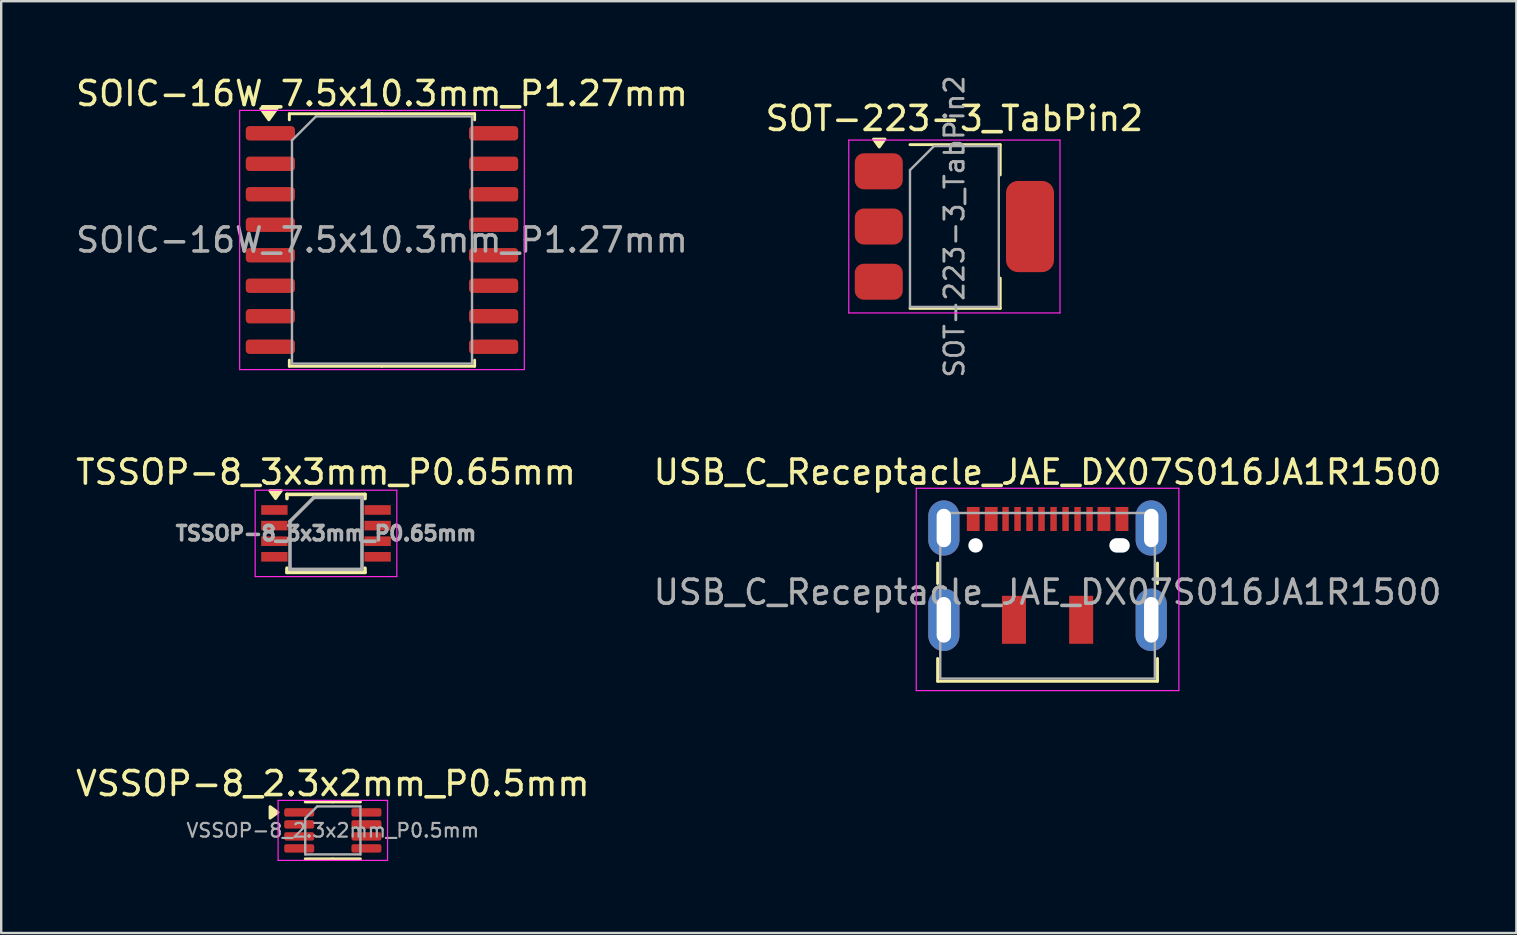
<source format=kicad_pcb>
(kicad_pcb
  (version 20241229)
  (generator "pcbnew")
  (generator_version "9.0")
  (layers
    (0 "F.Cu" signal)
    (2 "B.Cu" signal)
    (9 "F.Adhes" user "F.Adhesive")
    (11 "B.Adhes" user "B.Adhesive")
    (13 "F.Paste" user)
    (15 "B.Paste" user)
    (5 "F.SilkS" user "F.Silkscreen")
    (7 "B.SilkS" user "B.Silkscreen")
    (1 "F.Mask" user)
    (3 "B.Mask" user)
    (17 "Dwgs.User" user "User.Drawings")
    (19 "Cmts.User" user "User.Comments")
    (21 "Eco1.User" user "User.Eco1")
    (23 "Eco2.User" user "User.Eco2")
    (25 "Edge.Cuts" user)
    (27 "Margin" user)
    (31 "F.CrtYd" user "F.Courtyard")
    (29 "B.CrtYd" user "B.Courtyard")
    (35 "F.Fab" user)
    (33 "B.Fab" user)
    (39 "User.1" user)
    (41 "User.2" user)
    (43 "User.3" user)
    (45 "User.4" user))
  (footprint "VSSOP-8_2.3x2mm_P0.5mm"
    (layer "F.Cu")
    (at 10.815 31.543)
    (property "Reference" "VSSOP-8_2.3x2mm_P0.5mm" (at 0 -1.95 0) (layer "F.SilkS") (effects (font (size 1 1) (thickness 0.15))))
    (attr smd)
    (fp_line (start 0 -1.185) (end -1.15 -1.185) (stroke (width 0.12) (type solid)) (layer "F.SilkS"))
    (fp_line (start 0 -1.185) (end 1.15 -1.185) (stroke (width 0.12) (type solid)) (layer "F.SilkS"))
    (fp_line (start 0 1.185) (end -1.15 1.185) (stroke (width 0.12) (type solid)) (layer "F.SilkS"))
    (fp_line (start 0 1.185) (end 1.15 1.185) (stroke (width 0.12) (type solid)) (layer "F.SilkS"))
    (fp_poly (pts (xy -2.285 -0.75) (xy -2.615 -0.99) (xy -2.615 -0.51) (xy -2.285 -0.75)) (stroke (width 0.12) (type solid)) (fill yes) (layer "F.SilkS"))
    (fp_line (start -2.28 -1.25) (end -2.28 1.25) (stroke (width 0.05) (type solid)) (layer "F.CrtYd"))
    (fp_line (start -2.28 1.25) (end 2.28 1.25) (stroke (width 0.05) (type solid)) (layer "F.CrtYd"))
    (fp_line (start 2.28 -1.25) (end -2.28 -1.25) (stroke (width 0.05) (type solid)) (layer "F.CrtYd"))
    (fp_line (start 2.28 1.25) (end 2.28 -1.25) (stroke (width 0.05) (type solid)) (layer "F.CrtYd"))
    (fp_line (start -1.15 -0.5) (end -0.65 -1) (stroke (width 0.1) (type solid)) (layer "F.Fab"))
    (fp_line (start -1.15 1) (end -1.15 -0.5) (stroke (width 0.1) (type solid)) (layer "F.Fab"))
    (fp_line (start -0.65 -1) (end 1.15 -1) (stroke (width 0.1) (type solid)) (layer "F.Fab"))
    (fp_line (start 1.15 -1) (end 1.15 1) (stroke (width 0.1) (type solid)) (layer "F.Fab"))
    (fp_line (start 1.15 1) (end -1.15 1) (stroke (width 0.1) (type solid)) (layer "F.Fab"))
    (fp_text user "${REFERENCE}" (at 0 0 0) (layer "F.Fab") (effects (font (size 0.57 0.57) (thickness 0.09))))
    (pad "1" smd roundrect (at -1.4 -0.75) (size 1.25 0.35) (layers "F.Cu" "F.Mask" "F.Paste") (roundrect_rratio 0.25))
    (pad "2" smd roundrect (at -1.4 -0.25) (size 1.25 0.35) (layers "F.Cu" "F.Mask" "F.Paste") (roundrect_rratio 0.25))
    (pad "3" smd roundrect (at -1.4 0.25) (size 1.25 0.35) (layers "F.Cu" "F.Mask" "F.Paste") (roundrect_rratio 0.25))
    (pad "4" smd roundrect (at -1.4 0.75) (size 1.25 0.35) (layers "F.Cu" "F.Mask" "F.Paste") (roundrect_rratio 0.25))
    (pad "5" smd roundrect (at 1.4 0.75) (size 1.25 0.35) (layers "F.Cu" "F.Mask" "F.Paste") (roundrect_rratio 0.25))
    (pad "6" smd roundrect (at 1.4 0.25) (size 1.25 0.35) (layers "F.Cu" "F.Mask" "F.Paste") (roundrect_rratio 0.25))
    (pad "7" smd roundrect (at 1.4 -0.25) (size 1.25 0.35) (layers "F.Cu" "F.Mask" "F.Paste") (roundrect_rratio 0.25))
    (pad "8" smd roundrect (at 1.4 -0.75) (size 1.25 0.35) (layers "F.Cu" "F.Mask" "F.Paste") (roundrect_rratio 0.25)))
  (footprint "TSSOP-8_3x3mm_P0.65mm"
    (layer "F.Cu")
    (at 10.53 19.17)
    (property "Reference" "TSSOP-8_3x3mm_P0.65mm" (at 0 -2.55 0) (layer "F.SilkS") (effects (font (size 1 1) (thickness 0.15))))
    (attr smd)
    (fp_line (start -1.625 -1.625) (end -1.625 -1.45) (stroke (width 0.15) (type solid)) (layer "F.SilkS"))
    (fp_line (start -1.625 -1.625) (end 1.625 -1.625) (stroke (width 0.15) (type solid)) (layer "F.SilkS"))
    (fp_line (start -1.625 1.45) (end -1.625 1.625) (stroke (width 0.15) (type solid)) (layer "F.SilkS"))
    (fp_line (start -1.625 1.625) (end 1.625 1.625) (stroke (width 0.15) (type solid)) (layer "F.SilkS"))
    (fp_line (start 1.625 -1.625) (end 1.625 -1.45) (stroke (width 0.15) (type solid)) (layer "F.SilkS"))
    (fp_line (start 1.625 1.45) (end 1.625 1.625) (stroke (width 0.15) (type solid)) (layer "F.SilkS"))
    (fp_poly (pts (xy -2.1 -1.45) (xy -2.34 -1.78) (xy -1.86 -1.78) (xy -2.1 -1.45)) (stroke (width 0.12) (type solid)) (fill yes) (layer "F.SilkS"))
    (fp_line (start -2.95 -1.8) (end -2.95 1.8) (stroke (width 0.05) (type solid)) (layer "F.CrtYd"))
    (fp_line (start -2.95 -1.8) (end 2.95 -1.8) (stroke (width 0.05) (type solid)) (layer "F.CrtYd"))
    (fp_line (start -2.95 1.8) (end 2.95 1.8) (stroke (width 0.05) (type solid)) (layer "F.CrtYd"))
    (fp_line (start 2.95 -1.8) (end 2.95 1.8) (stroke (width 0.05) (type solid)) (layer "F.CrtYd"))
    (fp_line (start -1.5 -0.5) (end -0.5 -1.5) (stroke (width 0.15) (type solid)) (layer "F.Fab"))
    (fp_line (start -1.5 1.5) (end -1.5 -0.5) (stroke (width 0.15) (type solid)) (layer "F.Fab"))
    (fp_line (start -0.5 -1.5) (end 1.5 -1.5) (stroke (width 0.15) (type solid)) (layer "F.Fab"))
    (fp_line (start 1.5 -1.5) (end 1.5 1.5) (stroke (width 0.15) (type solid)) (layer "F.Fab"))
    (fp_line (start 1.5 1.5) (end -1.5 1.5) (stroke (width 0.15) (type solid)) (layer "F.Fab"))
    (fp_text user "${REFERENCE}" (at 0 0 0) (layer "F.Fab") (effects (font (size 0.6 0.6) (thickness 0.15))))
    (pad "1" smd rect (at -2.15 -0.975) (size 1.1 0.4) (layers "F.Cu" "F.Mask" "F.Paste"))
    (pad "2" smd rect (at -2.15 -0.325) (size 1.1 0.4) (layers "F.Cu" "F.Mask" "F.Paste"))
    (pad "3" smd rect (at -2.15 0.325) (size 1.1 0.4) (layers "F.Cu" "F.Mask" "F.Paste"))
    (pad "4" smd rect (at -2.15 0.975) (size 1.1 0.4) (layers "F.Cu" "F.Mask" "F.Paste"))
    (pad "5" smd rect (at 2.15 0.975) (size 1.1 0.4) (layers "F.Cu" "F.Mask" "F.Paste"))
    (pad "6" smd rect (at 2.15 0.325) (size 1.1 0.4) (layers "F.Cu" "F.Mask" "F.Paste"))
    (pad "7" smd rect (at 2.15 -0.325) (size 1.1 0.4) (layers "F.Cu" "F.Mask" "F.Paste"))
    (pad "8" smd rect (at 2.15 -0.975) (size 1.1 0.4) (layers "F.Cu" "F.Mask" "F.Paste")))
  (footprint "SOIC-16W_7.5x10.3mm_P1.27mm"
    (layer "F.Cu")
    (at 12.863 6.948)
    (property "Reference" "SOIC-16W_7.5x10.3mm_P1.27mm" (at 0 -6.1 0) (layer "F.SilkS") (effects (font (size 1 1) (thickness 0.15))))
    (attr smd)
    (fp_line (start -3.86 -5.26) (end -3.86 -5.005) (stroke (width 0.12) (type solid)) (layer "F.SilkS"))
    (fp_line (start -3.86 5.26) (end -3.86 5.005) (stroke (width 0.12) (type solid)) (layer "F.SilkS"))
    (fp_line (start 0 -5.26) (end -3.86 -5.26) (stroke (width 0.12) (type solid)) (layer "F.SilkS"))
    (fp_line (start 0 -5.26) (end 3.86 -5.26) (stroke (width 0.12) (type solid)) (layer "F.SilkS"))
    (fp_line (start 0 5.26) (end -3.86 5.26) (stroke (width 0.12) (type solid)) (layer "F.SilkS"))
    (fp_line (start 0 5.26) (end 3.86 5.26) (stroke (width 0.12) (type solid)) (layer "F.SilkS"))
    (fp_line (start 3.86 -5.26) (end 3.86 -5.005) (stroke (width 0.12) (type solid)) (layer "F.SilkS"))
    (fp_line (start 3.86 5.26) (end 3.86 5.005) (stroke (width 0.12) (type solid)) (layer "F.SilkS"))
    (fp_poly (pts (xy -4.713 -5.005) (xy -5.053 -5.475) (xy -4.372 -5.475) (xy -4.713 -5.005)) (stroke (width 0.12) (type solid)) (fill yes) (layer "F.SilkS"))
    (fp_line (start -5.93 -5.4) (end -5.93 5.4) (stroke (width 0.05) (type solid)) (layer "F.CrtYd"))
    (fp_line (start -5.93 5.4) (end 5.93 5.4) (stroke (width 0.05) (type solid)) (layer "F.CrtYd"))
    (fp_line (start 5.93 -5.4) (end -5.93 -5.4) (stroke (width 0.05) (type solid)) (layer "F.CrtYd"))
    (fp_line (start 5.93 5.4) (end 5.93 -5.4) (stroke (width 0.05) (type solid)) (layer "F.CrtYd"))
    (fp_line (start -3.75 -4.15) (end -2.75 -5.15) (stroke (width 0.1) (type solid)) (layer "F.Fab"))
    (fp_line (start -3.75 5.15) (end -3.75 -4.15) (stroke (width 0.1) (type solid)) (layer "F.Fab"))
    (fp_line (start -2.75 -5.15) (end 3.75 -5.15) (stroke (width 0.1) (type solid)) (layer "F.Fab"))
    (fp_line (start 3.75 -5.15) (end 3.75 5.15) (stroke (width 0.1) (type solid)) (layer "F.Fab"))
    (fp_line (start 3.75 5.15) (end -3.75 5.15) (stroke (width 0.1) (type solid)) (layer "F.Fab"))
    (fp_text user "${REFERENCE}" (at 0 0 0) (layer "F.Fab") (effects (font (size 1 1) (thickness 0.15))))
    (pad "1" smd roundrect (at -4.65 -4.445) (size 2.05 0.6) (layers "F.Cu" "F.Mask" "F.Paste") (roundrect_rratio 0.25))
    (pad "2" smd roundrect (at -4.65 -3.175) (size 2.05 0.6) (layers "F.Cu" "F.Mask" "F.Paste") (roundrect_rratio 0.25))
    (pad "3" smd roundrect (at -4.65 -1.905) (size 2.05 0.6) (layers "F.Cu" "F.Mask" "F.Paste") (roundrect_rratio 0.25))
    (pad "4" smd roundrect (at -4.65 -0.635) (size 2.05 0.6) (layers "F.Cu" "F.Mask" "F.Paste") (roundrect_rratio 0.25))
    (pad "5" smd roundrect (at -4.65 0.635) (size 2.05 0.6) (layers "F.Cu" "F.Mask" "F.Paste") (roundrect_rratio 0.25))
    (pad "6" smd roundrect (at -4.65 1.905) (size 2.05 0.6) (layers "F.Cu" "F.Mask" "F.Paste") (roundrect_rratio 0.25))
    (pad "7" smd roundrect (at -4.65 3.175) (size 2.05 0.6) (layers "F.Cu" "F.Mask" "F.Paste") (roundrect_rratio 0.25))
    (pad "8" smd roundrect (at -4.65 4.445) (size 2.05 0.6) (layers "F.Cu" "F.Mask" "F.Paste") (roundrect_rratio 0.25))
    (pad "9" smd roundrect (at 4.65 4.445) (size 2.05 0.6) (layers "F.Cu" "F.Mask" "F.Paste") (roundrect_rratio 0.25))
    (pad "10" smd roundrect (at 4.65 3.175) (size 2.05 0.6) (layers "F.Cu" "F.Mask" "F.Paste") (roundrect_rratio 0.25))
    (pad "11" smd roundrect (at 4.65 1.905) (size 2.05 0.6) (layers "F.Cu" "F.Mask" "F.Paste") (roundrect_rratio 0.25))
    (pad "12" smd roundrect (at 4.65 0.635) (size 2.05 0.6) (layers "F.Cu" "F.Mask" "F.Paste") (roundrect_rratio 0.25))
    (pad "13" smd roundrect (at 4.65 -0.635) (size 2.05 0.6) (layers "F.Cu" "F.Mask" "F.Paste") (roundrect_rratio 0.25))
    (pad "14" smd roundrect (at 4.65 -1.905) (size 2.05 0.6) (layers "F.Cu" "F.Mask" "F.Paste") (roundrect_rratio 0.25))
    (pad "15" smd roundrect (at 4.65 -3.175) (size 2.05 0.6) (layers "F.Cu" "F.Mask" "F.Paste") (roundrect_rratio 0.25))
    (pad "16" smd roundrect (at 4.65 -4.445) (size 2.05 0.6) (layers "F.Cu" "F.Mask" "F.Paste") (roundrect_rratio 0.25)))
  (footprint "USB_C_Receptacle_JAE_DX07S016JA1R1500"
    (layer "F.Cu")
    (at 40.589 21.62)
    (property "Reference" "USB_C_Receptacle_JAE_DX07S016JA1R1500" (at 0 -5 0) (layer "F.SilkS") (effects (font (size 1 1) (thickness 0.15))))
    (attr smd)
    (fp_line (start -4.58 -1.215) (end -4.58 -0.36) (stroke (width 0.12) (type solid)) (layer "F.SilkS"))
    (fp_line (start -4.58 2.76) (end -4.58 3.71) (stroke (width 0.12) (type solid)) (layer "F.SilkS"))
    (fp_line (start -4.58 3.71) (end 4.58 3.71) (stroke (width 0.12) (type solid)) (layer "F.SilkS"))
    (fp_line (start 4.58 -1.215) (end 4.58 -0.36) (stroke (width 0.12) (type solid)) (layer "F.SilkS"))
    (fp_line (start 4.58 2.76) (end 4.58 3.71) (stroke (width 0.12) (type solid)) (layer "F.SilkS"))
    (fp_line (start -5.47 -4.33) (end -5.47 4.1) (stroke (width 0.05) (type solid)) (layer "F.CrtYd"))
    (fp_line (start -5.47 -4.33) (end 5.47 -4.33) (stroke (width 0.05) (type solid)) (layer "F.CrtYd"))
    (fp_line (start -5.47 4.1) (end 5.47 4.1) (stroke (width 0.05) (type solid)) (layer "F.CrtYd"))
    (fp_line (start 5.47 -4.33) (end 5.47 4.1) (stroke (width 0.05) (type solid)) (layer "F.CrtYd"))
    (fp_line (start -4.47 -3.3) (end -4.47 3.6) (stroke (width 0.1) (type solid)) (layer "F.Fab"))
    (fp_line (start -4.47 -3.3) (end 4.47 -3.3) (stroke (width 0.1) (type solid)) (layer "F.Fab"))
    (fp_line (start -4.47 3.6) (end 4.47 3.6) (stroke (width 0.1) (type solid)) (layer "F.Fab"))
    (fp_line (start 4.47 -3.3) (end 4.47 3.6) (stroke (width 0.1) (type solid)) (layer "F.Fab"))
    (fp_text user "${REFERENCE}" (at 0 0 0) (layer "F.Fab") (effects (font (size 1 1) (thickness 0.15))))
    (pad "" np_thru_hole circle (at -3 -1.95) (size 0.6 0.6) (drill 0.6) (layers "*.Cu" "*.Mask"))
    (pad "" smd rect (at -1.4 1.15) (size 1 2) (layers "F.Cu" "F.Mask" "F.Paste"))
    (pad "" smd rect (at 1.4 1.15) (size 1 2) (layers "F.Cu" "F.Mask" "F.Paste"))
    (pad "" np_thru_hole oval (at 3 -1.95) (size 0.85 0.6) (drill oval 0.85 0.6) (layers "*.Cu" "*.Mask"))
    (pad "A1" smd rect (at -3.1 -3.05) (size 0.52 1) (layers "F.Cu" "F.Mask" "F.Paste"))
    (pad "A4" smd rect (at -2.35 -3.05) (size 0.52 1) (layers "F.Cu" "F.Mask" "F.Paste"))
    (pad "A5" smd rect (at -1.75 -3.05) (size 0.27 1) (layers "F.Cu" "F.Mask" "F.Paste"))
    (pad "A6" smd rect (at -0.25 -3.05) (size 0.27 1) (layers "F.Cu" "F.Mask" "F.Paste"))
    (pad "A7" smd rect (at 0.75 -3.05) (size 0.27 1) (layers "F.Cu" "F.Mask" "F.Paste"))
    (pad "A8" smd rect (at 1.75 -3.05) (size 0.27 1) (layers "F.Cu" "F.Mask" "F.Paste"))
    (pad "A9" smd rect (at 2.35 -3.05) (size 0.52 1) (layers "F.Cu" "F.Mask" "F.Paste"))
    (pad "A12" smd rect (at 3.1 -3.05) (size 0.52 1) (layers "F.Cu" "F.Mask" "F.Paste"))
    (pad "B1" smd rect (at 3.1 -3.05) (size 0.52 1) (layers "F.Cu" "F.Mask" "F.Paste"))
    (pad "B4" smd rect (at 2.35 -3.05) (size 0.52 1) (layers "F.Cu" "F.Mask" "F.Paste"))
    (pad "B5" smd rect (at 1.25 -3.05) (size 0.27 1) (layers "F.Cu" "F.Mask" "F.Paste"))
    (pad "B6" smd rect (at 0.25 -3.05) (size 0.27 1) (layers "F.Cu" "F.Mask" "F.Paste"))
    (pad "B7" smd rect (at -0.75 -3.05) (size 0.27 1) (layers "F.Cu" "F.Mask" "F.Paste"))
    (pad "B8" smd rect (at -1.25 -3.05) (size 0.27 1) (layers "F.Cu" "F.Mask" "F.Paste"))
    (pad "B9" smd rect (at -2.35 -3.05) (size 0.52 1) (layers "F.Cu" "F.Mask" "F.Paste"))
    (pad "B12" smd rect (at -3.1 -3.05) (size 0.52 1) (layers "F.Cu" "F.Mask" "F.Paste"))
    (pad "S1" thru_hole oval (at -4.32 -2.675) (size 1.3 2.3) (drill oval 0.6 1.6) (property pad_prop_heatsink) (layers "*.Cu" "*.Mask"))
    (pad "S1" thru_hole oval (at -4.32 1.15) (size 1.3 2.6) (drill oval 0.6 1.9) (property pad_prop_heatsink) (layers "*.Cu" "*.Mask"))
    (pad "S1" thru_hole oval (at 4.32 -2.675) (size 1.3 2.3) (drill oval 0.6 1.6) (property pad_prop_heatsink) (layers "*.Cu" "*.Mask"))
    (pad "S1" thru_hole oval (at 4.32 1.15) (size 1.3 2.6) (drill oval 0.6 1.9) (property pad_prop_heatsink) (layers "*.Cu" "*.Mask")))
  (footprint "SOT-223-3_TabPin2"
    (layer "F.Cu")
    (at 36.708 6.386)
    (property "Reference" "SOT-223-3_TabPin2" (at 0 -4.5 0) (layer "F.SilkS") (effects (font (size 1 1) (thickness 0.15))))
    (attr smd)
    (fp_line (start -1.85 -3.41) (end 1.91 -3.41) (stroke (width 0.12) (type solid)) (layer "F.SilkS"))
    (fp_line (start -1.85 3.41) (end 1.91 3.41) (stroke (width 0.12) (type solid)) (layer "F.SilkS"))
    (fp_line (start 1.91 -3.41) (end 1.91 -2.15) (stroke (width 0.12) (type solid)) (layer "F.SilkS"))
    (fp_line (start 1.91 3.41) (end 1.91 2.15) (stroke (width 0.12) (type solid)) (layer "F.SilkS"))
    (fp_poly (pts (xy -3.13 -3.31) (xy -3.37 -3.64) (xy -2.89 -3.64) (xy -3.13 -3.31)) (stroke (width 0.12) (type solid)) (fill yes) (layer "F.SilkS"))
    (fp_line (start -4.4 -3.6) (end -4.4 3.6) (stroke (width 0.05) (type solid)) (layer "F.CrtYd"))
    (fp_line (start -4.4 3.6) (end 4.4 3.6) (stroke (width 0.05) (type solid)) (layer "F.CrtYd"))
    (fp_line (start 4.4 -3.6) (end -4.4 -3.6) (stroke (width 0.05) (type solid)) (layer "F.CrtYd"))
    (fp_line (start 4.4 3.6) (end 4.4 -3.6) (stroke (width 0.05) (type solid)) (layer "F.CrtYd"))
    (fp_line (start -1.85 -2.35) (end -1.85 3.35) (stroke (width 0.1) (type solid)) (layer "F.Fab"))
    (fp_line (start -1.85 -2.35) (end -0.85 -3.35) (stroke (width 0.1) (type solid)) (layer "F.Fab"))
    (fp_line (start -1.85 3.35) (end 1.85 3.35) (stroke (width 0.1) (type solid)) (layer "F.Fab"))
    (fp_line (start -0.85 -3.35) (end 1.85 -3.35) (stroke (width 0.1) (type solid)) (layer "F.Fab"))
    (fp_line (start 1.85 -3.35) (end 1.85 3.35) (stroke (width 0.1) (type solid)) (layer "F.Fab"))
    (fp_text user "${REFERENCE}" (at 0 0 90) (layer "F.Fab") (effects (font (size 0.8 0.8) (thickness 0.12))))
    (pad "1" smd roundrect (at -3.15 -2.3) (size 2 1.5) (layers "F.Cu" "F.Mask" "F.Paste") (roundrect_rratio 0.25))
    (pad "2" smd roundrect (at -3.15 0) (size 2 1.5) (layers "F.Cu" "F.Mask" "F.Paste") (roundrect_rratio 0.25))
    (pad "2" smd roundrect (at 3.15 0) (size 2 3.8) (layers "F.Cu" "F.Mask" "F.Paste") (roundrect_rratio 0.25))
    (pad "3" smd roundrect (at -3.15 2.3) (size 2 1.5) (layers "F.Cu" "F.Mask" "F.Paste") (roundrect_rratio 0.25)))
  (gr_rect
    (start -3 -3)
    (end 60.119 35.818)
    (stroke (width 0.1) (type default))
    (fill no)
    (layer "Edge.Cuts")))
</source>
